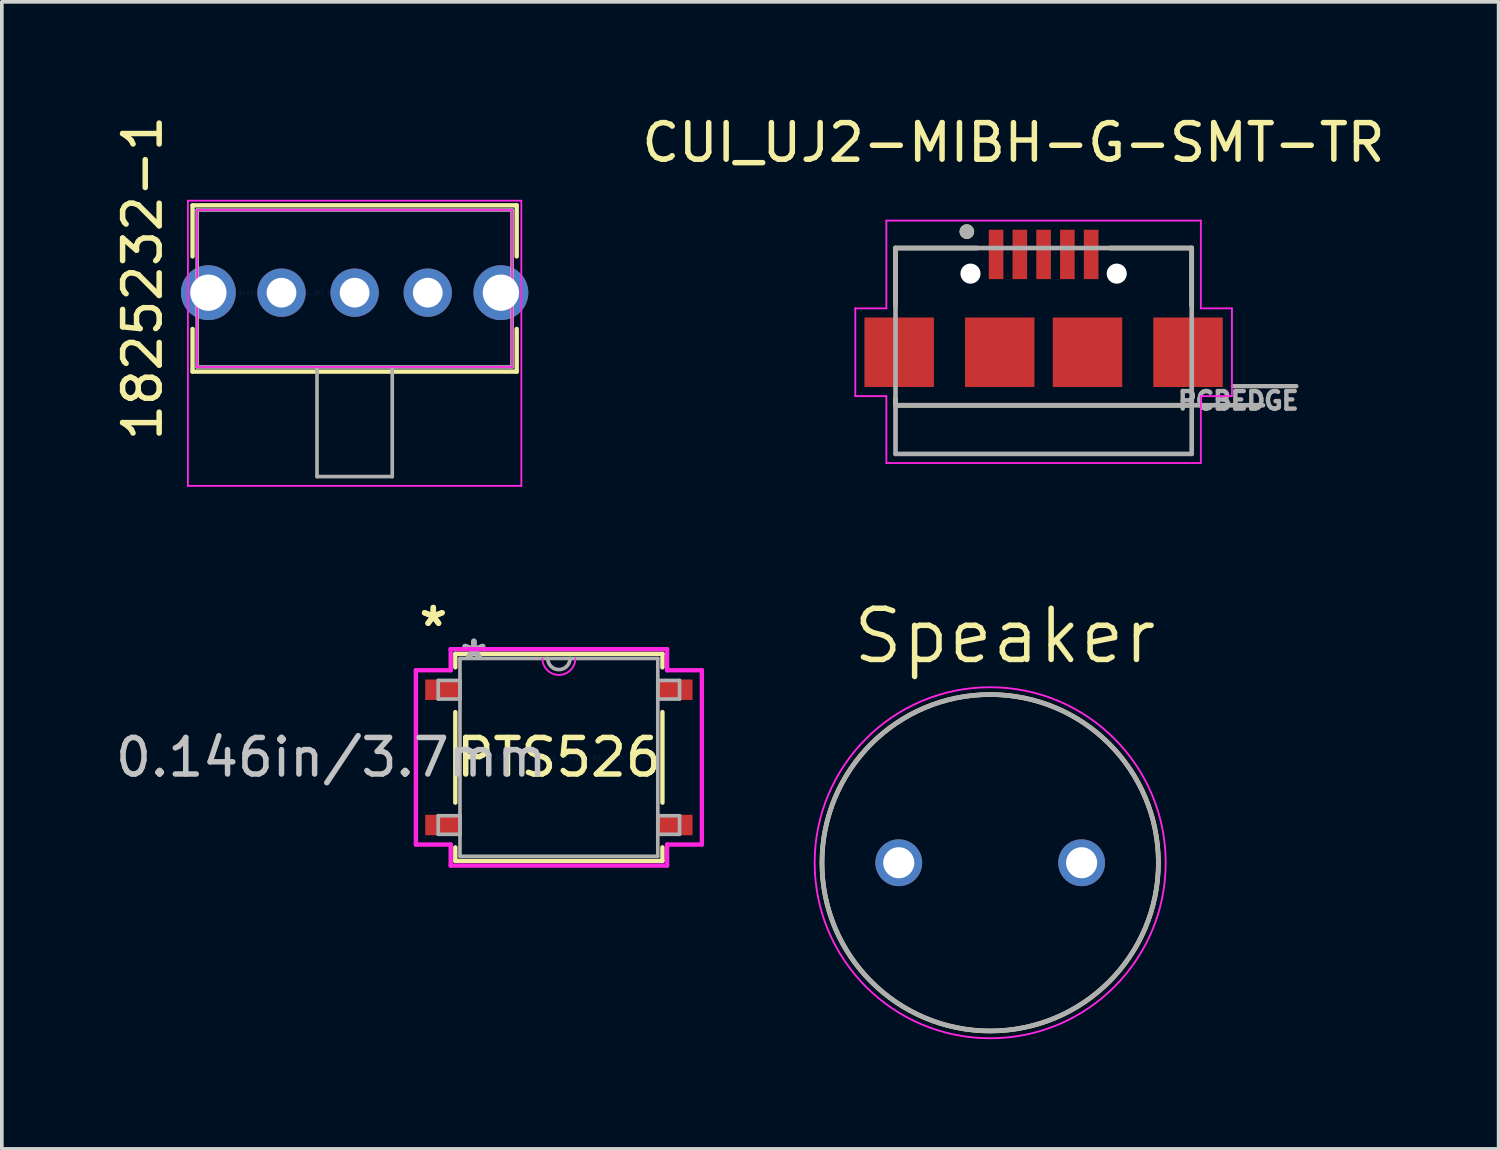
<source format=kicad_pcb>
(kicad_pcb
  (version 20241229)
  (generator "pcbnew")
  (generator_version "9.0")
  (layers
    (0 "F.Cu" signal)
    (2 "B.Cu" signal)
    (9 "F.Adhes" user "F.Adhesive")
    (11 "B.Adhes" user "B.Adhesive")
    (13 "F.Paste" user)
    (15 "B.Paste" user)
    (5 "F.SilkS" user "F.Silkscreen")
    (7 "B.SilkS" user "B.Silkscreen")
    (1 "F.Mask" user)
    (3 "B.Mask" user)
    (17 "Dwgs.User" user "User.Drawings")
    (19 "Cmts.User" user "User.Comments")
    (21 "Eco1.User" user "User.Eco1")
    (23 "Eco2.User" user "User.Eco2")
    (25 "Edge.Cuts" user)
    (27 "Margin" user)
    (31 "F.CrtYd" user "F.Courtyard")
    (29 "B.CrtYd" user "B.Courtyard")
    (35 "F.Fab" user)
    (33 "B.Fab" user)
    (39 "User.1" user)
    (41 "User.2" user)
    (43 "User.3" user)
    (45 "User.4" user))
  (footprint "1825232-1"
    (layer "F.Cu")
    (at 4.648 4.954)
    (property "Reference" "1825232-1" (at -3.8 -0.4 90) (layer "F.SilkS") (effects (font (size 1 1) (thickness 0.15))))
    (attr through_hole)
    (fp_line (start -2.432 -2.388) (end -2.432 -0.992) (stroke (width 0.12) (type solid)) (layer "F.SilkS"))
    (fp_line (start -2.432 0.992) (end -2.432 2.159) (stroke (width 0.12) (type solid)) (layer "F.SilkS"))
    (fp_line (start -2.432 2.159) (end 6.432 2.159) (stroke (width 0.12) (type solid)) (layer "F.SilkS"))
    (fp_line (start 6.432 -2.388) (end -2.432 -2.388) (stroke (width 0.12) (type solid)) (layer "F.SilkS"))
    (fp_line (start 6.432 -0.992) (end 6.432 -2.388) (stroke (width 0.12) (type solid)) (layer "F.SilkS"))
    (fp_line (start 6.432 2.159) (end 6.432 0.992) (stroke (width 0.12) (type solid)) (layer "F.SilkS"))
    (fp_line (start -2.559 -2.515) (end -2.559 5.283) (stroke (width 0.05) (type solid)) (layer "F.CrtYd"))
    (fp_line (start -2.559 5.283) (end 6.559 5.283) (stroke (width 0.05) (type solid)) (layer "F.CrtYd"))
    (fp_line (start -2.305 -2.261) (end -2.305 2.032) (stroke (width 0.05) (type solid)) (layer "F.CrtYd"))
    (fp_line (start -2.305 2.032) (end 6.305 2.032) (stroke (width 0.05) (type solid)) (layer "F.CrtYd"))
    (fp_line (start 6.305 -2.261) (end -2.305 -2.261) (stroke (width 0.05) (type solid)) (layer "F.CrtYd"))
    (fp_line (start 6.305 2.032) (end 6.305 -2.261) (stroke (width 0.05) (type solid)) (layer "F.CrtYd"))
    (fp_line (start 6.559 -2.515) (end -2.559 -2.515) (stroke (width 0.05) (type solid)) (layer "F.CrtYd"))
    (fp_line (start 6.559 5.283) (end 6.559 -2.515) (stroke (width 0.05) (type solid)) (layer "F.CrtYd"))
    (fp_line (start -2.305 -2.261) (end -2.305 2.032) (stroke (width 0.1) (type solid)) (layer "F.Fab"))
    (fp_line (start -2.305 2.032) (end 6.305 2.032) (stroke (width 0.1) (type solid)) (layer "F.Fab"))
    (fp_line (start 0.971 2.032) (end 0.971 5.029) (stroke (width 0.1) (type solid)) (layer "F.Fab"))
    (fp_line (start 0.971 5.029) (end 3.029 5.029) (stroke (width 0.1) (type solid)) (layer "F.Fab"))
    (fp_line (start 3.029 2.032) (end 3.029 5.029) (stroke (width 0.1) (type solid)) (layer "F.Fab"))
    (fp_line (start 6.305 -2.261) (end -2.305 -2.261) (stroke (width 0.1) (type solid)) (layer "F.Fab"))
    (fp_line (start 6.305 2.032) (end 6.305 -2.261) (stroke (width 0.1) (type solid)) (layer "F.Fab"))
    (fp_text user "Copyright 2021 Accelerated Designs. All rights reserved." (at 0 0 0) (layer "Cmts.User") (effects (font (size 0.127 0.127) (thickness 0.002))))
    (pad "1" thru_hole circle (at -0.000001 0) (size 1.321 1.321) (drill 0.813) (layers "*.Cu" "*.Mask"))
    (pad "2" thru_hole circle (at 2 0) (size 1.321 1.321) (drill 0.813) (layers "*.Cu" "*.Mask"))
    (pad "3" thru_hole circle (at 4 0) (size 1.321 1.321) (drill 0.813) (layers "*.Cu" "*.Mask"))
    (pad "4" thru_hole circle (at -2 0) (size 1.499 1.499) (drill 0.991) (layers "*.Cu" "*.Mask"))
    (pad "5" thru_hole circle (at 6 0) (size 1.499 1.499) (drill 0.991) (layers "*.Cu" "*.Mask")))
  (footprint "PTS526"
    (layer "F.Cu")
    (at 12.234 17.662)
    (property "Reference" "PTS526" (at 0 0 0) (layer "F.SilkS") (effects (font (size 1 1) (thickness 0.15))))
    (attr through_hole)
    (fp_line (start -2.832 -2.832) (end -2.832 -2.462) (stroke (width 0.12) (type solid)) (layer "F.SilkS"))
    (fp_line (start -2.832 -1.238) (end -2.832 1.238) (stroke (width 0.12) (type solid)) (layer "F.SilkS"))
    (fp_line (start -2.832 2.462) (end -2.832 2.832) (stroke (width 0.12) (type solid)) (layer "F.SilkS"))
    (fp_line (start -2.832 2.832) (end 2.832 2.832) (stroke (width 0.12) (type solid)) (layer "F.SilkS"))
    (fp_line (start 2.832 -2.832) (end -2.832 -2.832) (stroke (width 0.12) (type solid)) (layer "F.SilkS"))
    (fp_line (start 2.832 -2.462) (end 2.832 -2.832) (stroke (width 0.12) (type solid)) (layer "F.SilkS"))
    (fp_line (start 2.832 1.238) (end 2.832 -1.238) (stroke (width 0.12) (type solid)) (layer "F.SilkS"))
    (fp_line (start 2.832 2.832) (end 2.832 2.462) (stroke (width 0.12) (type solid)) (layer "F.SilkS"))
    (fp_line (start -3.91 -2.383) (end -3.91 2.383) (stroke (width 0.12) (type solid)) (layer "F.CrtYd"))
    (fp_line (start -3.91 2.383) (end -2.959 2.383) (stroke (width 0.12) (type solid)) (layer "F.CrtYd"))
    (fp_line (start -2.959 -2.959) (end -2.959 -2.383) (stroke (width 0.12) (type solid)) (layer "F.CrtYd"))
    (fp_line (start -2.959 -2.383) (end -3.91 -2.383) (stroke (width 0.12) (type solid)) (layer "F.CrtYd"))
    (fp_line (start -2.959 2.383) (end -2.959 2.959) (stroke (width 0.12) (type solid)) (layer "F.CrtYd"))
    (fp_line (start -2.959 2.959) (end 2.959 2.959) (stroke (width 0.12) (type solid)) (layer "F.CrtYd"))
    (fp_line (start 2.959 -2.959) (end -2.959 -2.959) (stroke (width 0.12) (type solid)) (layer "F.CrtYd"))
    (fp_line (start 2.959 -2.383) (end 2.959 -2.959) (stroke (width 0.12) (type solid)) (layer "F.CrtYd"))
    (fp_line (start 2.959 2.383) (end 2.959 2.959) (stroke (width 0.05) (type solid)) (layer "F.CrtYd"))
    (fp_line (start 2.959 2.383) (end 3.91 2.383) (stroke (width 0.12) (type solid)) (layer "F.CrtYd"))
    (fp_line (start 2.959 2.959) (end 2.959 2.383) (stroke (width 0.12) (type solid)) (layer "F.CrtYd"))
    (fp_line (start 3.91 -2.383) (end 2.959 -2.383) (stroke (width 0.12) (type solid)) (layer "F.CrtYd"))
    (fp_line (start 3.91 2.383) (end 3.91 -2.383) (stroke (width 0.12) (type solid)) (layer "F.CrtYd"))
    (fp_arc (start 0.45085 -2.7051) (mid 0 -2.25425) (end -0.45085 -2.7051) (stroke (width 0.05) (type solid)) (layer "F.CrtYd"))
    (fp_line (start -3.3 -2.104) (end -3.3 -1.596) (stroke (width 0.1) (type solid)) (layer "F.Fab"))
    (fp_line (start -3.3 -1.596) (end -2.705 -1.596) (stroke (width 0.1) (type solid)) (layer "F.Fab"))
    (fp_line (start -3.3 1.596) (end -3.3 2.104) (stroke (width 0.1) (type solid)) (layer "F.Fab"))
    (fp_line (start -3.3 2.104) (end -2.705 2.104) (stroke (width 0.1) (type solid)) (layer "F.Fab"))
    (fp_line (start -2.705 -2.705) (end -2.705 2.705) (stroke (width 0.1) (type solid)) (layer "F.Fab"))
    (fp_line (start -2.705 -2.104) (end -3.3 -2.104) (stroke (width 0.1) (type solid)) (layer "F.Fab"))
    (fp_line (start -2.705 -1.596) (end -2.705 -2.104) (stroke (width 0.1) (type solid)) (layer "F.Fab"))
    (fp_line (start -2.705 1.596) (end -3.3 1.596) (stroke (width 0.1) (type solid)) (layer "F.Fab"))
    (fp_line (start -2.705 2.104) (end -2.705 1.596) (stroke (width 0.1) (type solid)) (layer "F.Fab"))
    (fp_line (start -2.705 2.705) (end 2.705 2.705) (stroke (width 0.1) (type solid)) (layer "F.Fab"))
    (fp_line (start 2.705 -2.705) (end -2.705 -2.705) (stroke (width 0.1) (type solid)) (layer "F.Fab"))
    (fp_line (start 2.705 -2.104) (end 2.705 -1.596) (stroke (width 0.1) (type solid)) (layer "F.Fab"))
    (fp_line (start 2.705 -1.596) (end 3.3 -1.596) (stroke (width 0.1) (type solid)) (layer "F.Fab"))
    (fp_line (start 2.705 1.596) (end 2.705 2.104) (stroke (width 0.1) (type solid)) (layer "F.Fab"))
    (fp_line (start 2.705 2.104) (end 3.3 2.104) (stroke (width 0.1) (type solid)) (layer "F.Fab"))
    (fp_line (start 2.705 2.705) (end 2.705 -2.705) (stroke (width 0.1) (type solid)) (layer "F.Fab"))
    (fp_line (start 3.3 -2.104) (end 2.705 -2.104) (stroke (width 0.1) (type solid)) (layer "F.Fab"))
    (fp_line (start 3.3 -1.596) (end 3.3 -2.104) (stroke (width 0.1) (type solid)) (layer "F.Fab"))
    (fp_line (start 3.3 1.596) (end 2.705 1.596) (stroke (width 0.1) (type solid)) (layer "F.Fab"))
    (fp_line (start 3.3 2.104) (end 3.3 1.596) (stroke (width 0.1) (type solid)) (layer "F.Fab"))
    (fp_arc (start 0.3048 -2.7051) (mid 0 -2.4003) (end -0.3048 -2.7051) (stroke (width 0.1) (type solid)) (layer "F.Fab"))
    (fp_text user "*" (at -3.434 -3.552 0) (layer "F.SilkS") (effects (font (size 1 1) (thickness 0.15))))
    (fp_text user "*" (at -3.434 -3.552 0) (layer "F.SilkS") (effects (font (size 1 1) (thickness 0.15))))
    (fp_text user "0.146in/3.7mm" (at -6.228 0 0) (layer "Dwgs.User") (effects (font (size 1 1) (thickness 0.15))))
    (fp_text user "Copyright 2021 Accelerated Designs. All rights reserved." (at 0 0 0) (layer "Cmts.User") (effects (font (size 0.127 0.127) (thickness 0.002))))
    (fp_text user "*" (at -2.324 -2.629 0) (layer "F.Fab") (effects (font (size 1 1) (thickness 0.15))))
    (fp_text user "*" (at -2.324 -2.629 0) (layer "F.Fab") (effects (font (size 1 1) (thickness 0.15))))
    (pad "1" smd rect (at -3.18 -1.85) (size 0.951 0.559) (layers "F.Cu" "F.Mask" "F.Paste"))
    (pad "1" smd rect (at 3.18 -1.85) (size 0.951 0.559) (layers "F.Cu" "F.Mask" "F.Paste"))
    (pad "2" smd rect (at -3.18 1.85) (size 0.951 0.559) (layers "F.Cu" "F.Mask" "F.Paste"))
    (pad "2" smd rect (at 3.18 1.85) (size 0.951 0.559) (layers "F.Cu" "F.Mask" "F.Paste")))
  (footprint "CUI_UJ2-MIBH-G-SMT-TR"
    (layer "F.Cu")
    (at 25.49 6.583)
    (property "Reference" "CUI_UJ2-MIBH-G-SMT-TR" (at -0.825 -5.735 0) (layer "F.SilkS") (effects (font (size 1 1) (thickness 0.15))))
    (attr through_hole)
    (fp_line (start -4.05 -2.85) (end -1.82 -2.85) (stroke (width 0.127) (type solid)) (layer "F.SilkS"))
    (fp_line (start -4.05 -1.27) (end -4.05 -2.85) (stroke (width 0.127) (type solid)) (layer "F.SilkS"))
    (fp_line (start -4.05 1.27) (end -4.05 1.45) (stroke (width 0.127) (type solid)) (layer "F.SilkS"))
    (fp_line (start -4.05 1.45) (end 4.05 1.45) (stroke (width 0.127) (type solid)) (layer "F.SilkS"))
    (fp_line (start 1.82 -2.85) (end 4.05 -2.85) (stroke (width 0.127) (type solid)) (layer "F.SilkS"))
    (fp_line (start 4.05 -2.85) (end 4.05 -1.27) (stroke (width 0.127) (type solid)) (layer "F.SilkS"))
    (fp_line (start 4.05 1.45) (end 4.05 1.27) (stroke (width 0.127) (type solid)) (layer "F.SilkS"))
    (fp_circle (center -2.1 -3.3) (end -2 -3.3) (stroke (width 0.2) (type solid)) (fill no) (layer "F.SilkS"))
    (fp_line (start -5.15 -1.2) (end -5.15 1.2) (stroke (width 0.05) (type solid)) (layer "F.CrtYd"))
    (fp_line (start -5.15 1.2) (end -4.3 1.2) (stroke (width 0.05) (type solid)) (layer "F.CrtYd"))
    (fp_line (start -4.3 -3.6) (end 4.3 -3.6) (stroke (width 0.05) (type solid)) (layer "F.CrtYd"))
    (fp_line (start -4.3 -1.2) (end -5.15 -1.2) (stroke (width 0.05) (type solid)) (layer "F.CrtYd"))
    (fp_line (start -4.3 -1.2) (end -4.3 -3.6) (stroke (width 0.05) (type solid)) (layer "F.CrtYd"))
    (fp_line (start -4.3 1.2) (end -4.3 3.03) (stroke (width 0.05) (type solid)) (layer "F.CrtYd"))
    (fp_line (start -4.3 3.03) (end 4.3 3.03) (stroke (width 0.05) (type solid)) (layer "F.CrtYd"))
    (fp_line (start 4.3 -1.2) (end 4.3 -3.6) (stroke (width 0.05) (type solid)) (layer "F.CrtYd"))
    (fp_line (start 4.3 1.2) (end 5.15 1.2) (stroke (width 0.05) (type solid)) (layer "F.CrtYd"))
    (fp_line (start 4.3 3.03) (end 4.3 1.2) (stroke (width 0.05) (type solid)) (layer "F.CrtYd"))
    (fp_line (start 5.15 -1.2) (end 4.3 -1.2) (stroke (width 0.05) (type solid)) (layer "F.CrtYd"))
    (fp_line (start 5.15 1.2) (end 5.15 -1.2) (stroke (width 0.05) (type solid)) (layer "F.CrtYd"))
    (fp_line (start -4.05 -2.85) (end 4.05 -2.85) (stroke (width 0.127) (type solid)) (layer "F.Fab"))
    (fp_line (start -4.05 1.45) (end -4.05 -2.85) (stroke (width 0.127) (type solid)) (layer "F.Fab"))
    (fp_line (start -4.05 1.45) (end 6 1.45) (stroke (width 0.127) (type solid)) (layer "F.Fab"))
    (fp_line (start -4.05 2.78) (end -4.05 1.45) (stroke (width 0.127) (type solid)) (layer "F.Fab"))
    (fp_line (start 4.05 -2.85) (end 4.05 2.78) (stroke (width 0.127) (type solid)) (layer "F.Fab"))
    (fp_line (start 4.05 2.78) (end -4.05 2.78) (stroke (width 0.127) (type solid)) (layer "F.Fab"))
    (fp_circle (center -2.1 -3.3) (end -2 -3.3) (stroke (width 0.2) (type solid)) (fill no) (layer "F.Fab"))
    (fp_text user "PCB~{EDGE}" (at 5.325 1.325 0) (layer "F.Fab") (effects (font (size 0.48 0.48) (thickness 0.15))))
    (pad "" np_thru_hole circle (at -2 -2.15) (size 0.55 0.55) (drill 0.55) (layers "*.Cu" "*.Mask"))
    (pad "" np_thru_hole circle (at 2 -2.15) (size 0.55 0.55) (drill 0.55) (layers "*.Cu" "*.Mask"))
    (pad "1" smd rect (at -1.3 -2.675) (size 0.4 1.35) (layers "F.Cu" "F.Mask" "F.Paste"))
    (pad "2" smd rect (at -0.65 -2.675) (size 0.4 1.35) (layers "F.Cu" "F.Mask" "F.Paste"))
    (pad "3" smd rect (at 0 -2.675) (size 0.4 1.35) (layers "F.Cu" "F.Mask" "F.Paste"))
    (pad "4" smd rect (at 0.65 -2.675) (size 0.4 1.35) (layers "F.Cu" "F.Mask" "F.Paste"))
    (pad "5" smd rect (at 1.3 -2.675) (size 0.4 1.35) (layers "F.Cu" "F.Mask" "F.Paste"))
    (pad "6" smd rect (at -3.95 0) (size 1.9 1.9) (layers "F.Cu" "F.Mask" "F.Paste"))
    (pad "6" smd rect (at -1.2 0) (size 1.9 1.9) (layers "F.Cu" "F.Mask" "F.Paste"))
    (pad "6" smd rect (at 1.2 0) (size 1.9 1.9) (layers "F.Cu" "F.Mask" "F.Paste"))
    (pad "6" smd rect (at 3.95 0) (size 1.9 1.9) (layers "F.Cu" "F.Mask" "F.Paste")))
  (footprint "Speaker"
    (layer "F.Cu")
    (at 24.029 20.544)
    (property "Reference" "Speaker" (at 0.4 -6.2 0) (layer "F.SilkS") (effects (font (size 1.4 1.4) (thickness 0.15))))
    (attr through_hole)
    (fp_circle (center 0 0) (end 4.6 0) (stroke (width 0.127) (type solid)) (fill no) (layer "F.SilkS"))
    (fp_circle (center 0 0) (end 4.8 0) (stroke (width 0.05) (type solid)) (fill no) (layer "F.CrtYd"))
    (fp_circle (center 0 0) (end 4.6 0) (stroke (width 0.127) (type solid)) (fill no) (layer "F.Fab"))
    (pad "1" thru_hole circle (at -2.5 0) (size 1.28 1.28) (drill 0.85) (layers "*.Cu" "*.Mask"))
    (pad "2" thru_hole circle (at 2.5 0) (size 1.28 1.28) (drill 0.85) (layers "*.Cu" "*.Mask")))
  (gr_rect
    (start -3 -3)
    (end 37.933 28.369)
    (stroke (width 0.1) (type default))
    (fill no)
    (layer "Edge.Cuts")))
</source>
